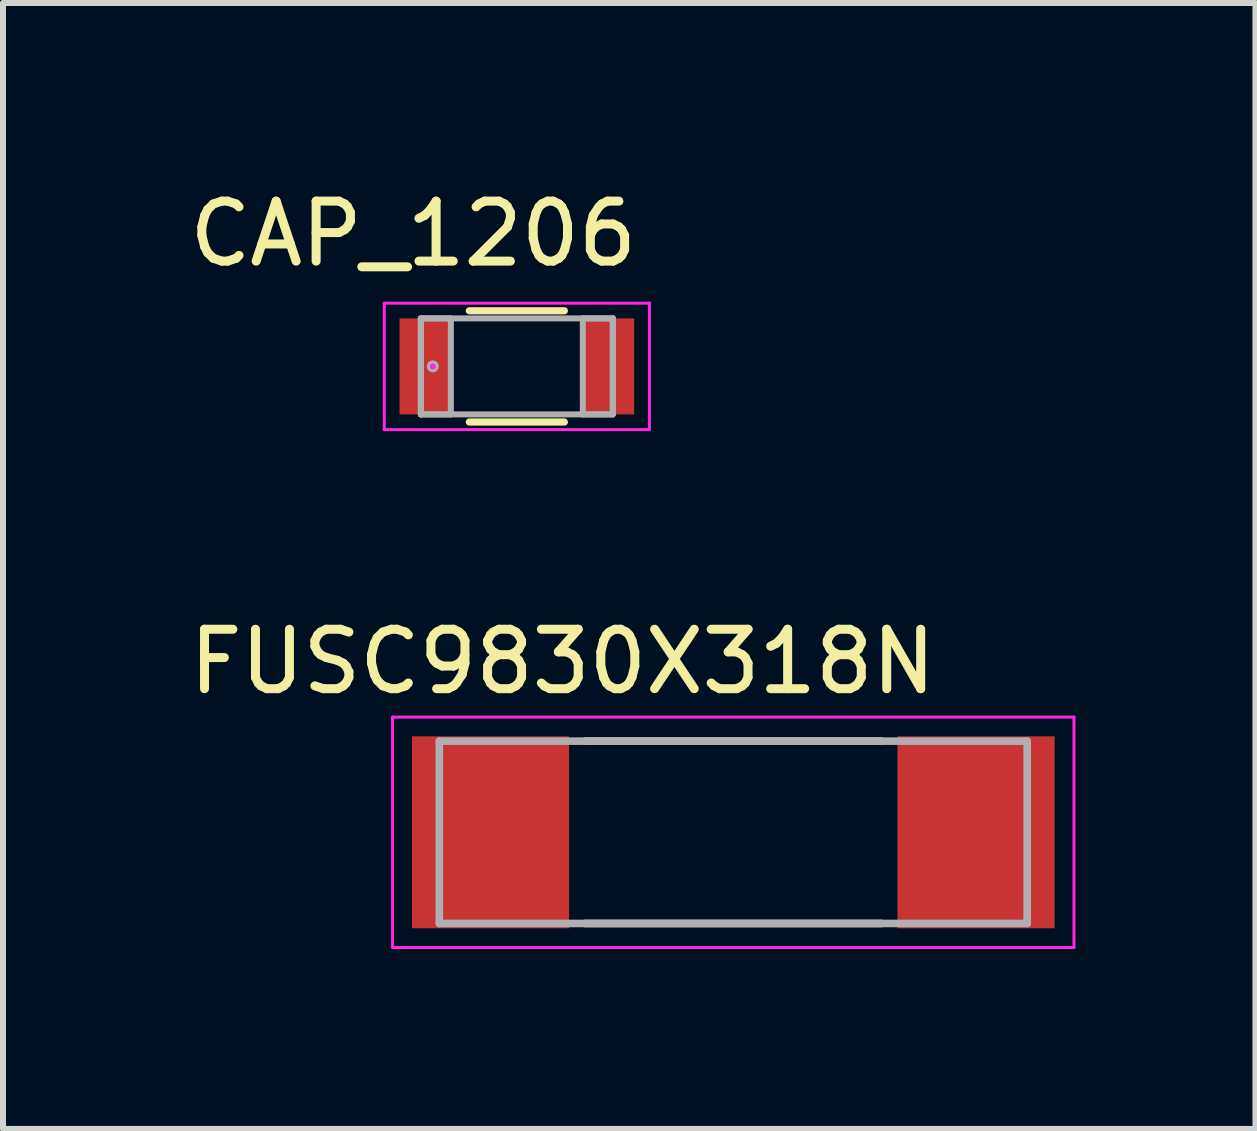
<source format=kicad_pcb>
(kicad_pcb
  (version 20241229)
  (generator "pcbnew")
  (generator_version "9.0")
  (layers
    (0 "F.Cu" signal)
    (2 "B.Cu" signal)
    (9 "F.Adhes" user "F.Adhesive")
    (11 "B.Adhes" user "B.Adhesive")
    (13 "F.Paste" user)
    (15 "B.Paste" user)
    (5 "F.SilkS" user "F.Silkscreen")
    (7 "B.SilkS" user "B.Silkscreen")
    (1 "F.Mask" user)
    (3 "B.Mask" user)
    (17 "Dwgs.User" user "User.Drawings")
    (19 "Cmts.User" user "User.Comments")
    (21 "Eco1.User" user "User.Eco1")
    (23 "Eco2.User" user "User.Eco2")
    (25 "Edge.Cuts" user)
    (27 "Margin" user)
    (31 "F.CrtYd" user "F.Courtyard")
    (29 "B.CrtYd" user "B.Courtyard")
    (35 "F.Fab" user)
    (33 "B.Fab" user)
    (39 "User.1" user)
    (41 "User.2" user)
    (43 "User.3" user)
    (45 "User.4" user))
  (footprint "CAP_1206"
    (layer "F.Cu")
    (at 5.566 3.058)
    (property "Reference" "CAP_1206" (at -1.727 -2.21 0) (layer "F.SilkS") (effects (font (size 1 1) (thickness 0.15))))
    (attr through_hole)
    (fp_line (start -0.792 0.927) (end 0.792 0.927) (stroke (width 0.12) (type solid)) (layer "F.SilkS"))
    (fp_line (start 0.792 -0.927) (end -0.792 -0.927) (stroke (width 0.12) (type solid)) (layer "F.SilkS"))
    (fp_line (start -2.21 -1.054) (end 2.21 -1.054) (stroke (width 0.05) (type solid)) (layer "F.CrtYd"))
    (fp_line (start -2.21 1.054) (end -2.21 -1.054) (stroke (width 0.05) (type solid)) (layer "F.CrtYd"))
    (fp_line (start 2.21 -1.054) (end 2.21 1.054) (stroke (width 0.05) (type solid)) (layer "F.CrtYd"))
    (fp_line (start 2.21 1.054) (end -2.21 1.054) (stroke (width 0.05) (type solid)) (layer "F.CrtYd"))
    (fp_circle (center -1.401 0) (end -1.401 0) (stroke (width 0.05) (type solid)) (fill no) (layer "F.CrtYd"))
    (fp_line (start -1.6 -0.8) (end -1.6 0.8) (stroke (width 0.1) (type solid)) (layer "F.Fab"))
    (fp_line (start -1.6 -0.8) (end -1.6 0.8) (stroke (width 0.1) (type solid)) (layer "F.Fab"))
    (fp_line (start -1.6 0.8) (end -1.1 0.8) (stroke (width 0.1) (type solid)) (layer "F.Fab"))
    (fp_line (start -1.6 0.8) (end 1.6 0.8) (stroke (width 0.1) (type solid)) (layer "F.Fab"))
    (fp_line (start -1.1 -0.8) (end -1.6 -0.8) (stroke (width 0.1) (type solid)) (layer "F.Fab"))
    (fp_line (start -1.1 0.8) (end -1.1 -0.8) (stroke (width 0.1) (type solid)) (layer "F.Fab"))
    (fp_line (start 1.1 -0.8) (end 1.1 0.8) (stroke (width 0.1) (type solid)) (layer "F.Fab"))
    (fp_line (start 1.1 0.8) (end 1.6 0.8) (stroke (width 0.1) (type solid)) (layer "F.Fab"))
    (fp_line (start 1.6 -0.8) (end -1.6 -0.8) (stroke (width 0.1) (type solid)) (layer "F.Fab"))
    (fp_line (start 1.6 -0.8) (end 1.1 -0.8) (stroke (width 0.1) (type solid)) (layer "F.Fab"))
    (fp_line (start 1.6 0.8) (end 1.6 -0.8) (stroke (width 0.1) (type solid)) (layer "F.Fab"))
    (fp_line (start 1.6 0.8) (end 1.6 -0.8) (stroke (width 0.1) (type solid)) (layer "F.Fab"))
    (fp_circle (center -1.401 0) (end -1.401 0) (stroke (width 0.1) (type solid)) (fill no) (layer "F.Fab"))
    (pad "1" smd rect (at -1.528 0) (size 0.856 1.6) (layers "F.Cu" "F.Mask" "F.Paste"))
    (pad "2" smd rect (at 1.528 0) (size 0.856 1.6) (layers "F.Cu" "F.Mask" "F.Paste")))
  (footprint "FUSC9830X318N"
    (layer "F.Cu")
    (at 9.174 10.825)
    (property "Reference" "FUSC9830X318N" (at -2.845 -2.845 0) (layer "F.SilkS") (effects (font (size 0.991 0.991) (thickness 0.15))))
    (attr through_hole)
    (fp_line (start -2.47 -1.52) (end 2.47 -1.52) (stroke (width 0.127) (type solid)) (layer "F.SilkS"))
    (fp_line (start -2.47 1.52) (end 2.47 1.52) (stroke (width 0.127) (type solid)) (layer "F.SilkS"))
    (fp_line (start -5.68 -1.92) (end 5.68 -1.92) (stroke (width 0.05) (type solid)) (layer "F.CrtYd"))
    (fp_line (start -5.68 1.92) (end -5.68 -1.92) (stroke (width 0.05) (type solid)) (layer "F.CrtYd"))
    (fp_line (start -5.68 1.92) (end 5.68 1.92) (stroke (width 0.05) (type solid)) (layer "F.CrtYd"))
    (fp_line (start 5.68 1.92) (end 5.68 -1.92) (stroke (width 0.05) (type solid)) (layer "F.CrtYd"))
    (fp_line (start -4.9 1.52) (end -4.9 -1.52) (stroke (width 0.127) (type solid)) (layer "F.Fab"))
    (fp_line (start 4.9 -1.52) (end -4.9 -1.52) (stroke (width 0.127) (type solid)) (layer "F.Fab"))
    (fp_line (start 4.9 1.52) (end -4.9 1.52) (stroke (width 0.127) (type solid)) (layer "F.Fab"))
    (fp_line (start 4.9 1.52) (end 4.9 -1.52) (stroke (width 0.127) (type solid)) (layer "F.Fab"))
    (pad "1" smd rect (at -4.047 0) (size 2.62 3.2) (layers "F.Cu" "F.Mask" "F.Paste"))
    (pad "2" smd rect (at 4.047 0) (size 2.62 3.2) (layers "F.Cu" "F.Mask" "F.Paste")))
  (gr_rect
    (start -3 -3)
    (end 17.879 15.77)
    (stroke (width 0.1) (type default))
    (fill no)
    (layer "Edge.Cuts")))
</source>
